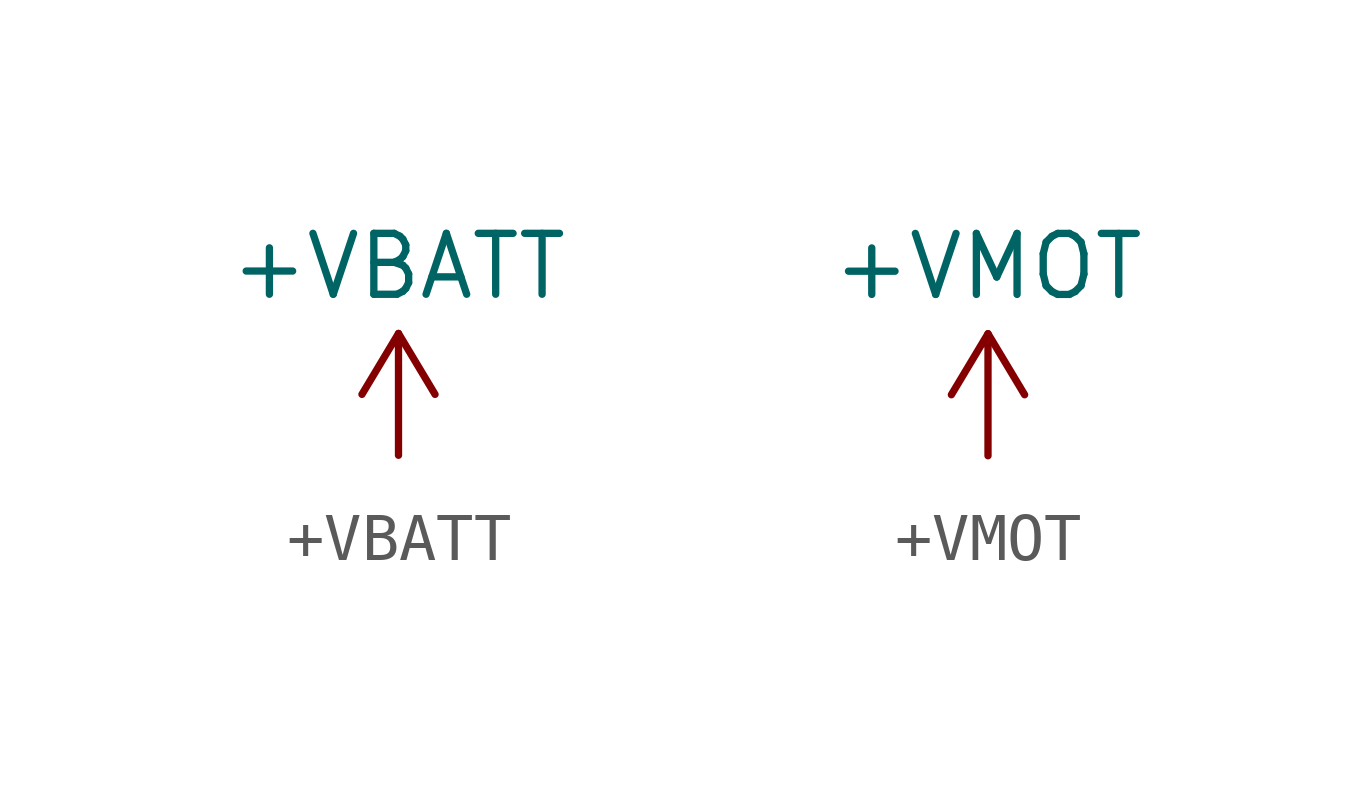
<source format=kicad_sym>
(kicad_symbol_lib
  (version 20220914)
  (generator kicad_symbol_editor)
  (symbol "+VBATT"
    (power)
    (property "Reference" "#PWR"
      (at 0 0 0)
      (effects (font (size 1.27 1.27)) hide))
    (property "Value" "+VBATT"
      (at 0 3.937 0)
      (effects (font (size 1.27 1.27))))
    (symbol "+VBATT_0_1"
      (polyline (pts (xy 0 2.54) (xy 0.762 1.27)) (stroke (width 0) (type default)) (fill (type none)))
      (polyline (pts (xy 0 0) (xy 0 2.54) (xy -0.762 1.27)) (stroke (width 0) (type default)) (fill (type none))))
    (symbol "+VBATT_1_1"
      (pin power_in line (at 0 0 90) (length 0) hide (name "+VMOT" (effects (font (size 1.27 1.27)))) (number "1" (effects (font (size 1.27 1.27)))))))
  (symbol "+VMOT"
    (power)
    (property "Reference" "#PWR"
      (at 0 0 0)
      (effects (font (size 1.27 1.27)) hide))
    (property "Value" "+VMOT"
      (at 0 3.937 0)
      (effects (font (size 1.27 1.27))))
    (symbol "+VMOT_0_1"
      (polyline (pts (xy 0 2.54) (xy 0.762 1.27)) (stroke (width 0) (type default)) (fill (type none)))
      (polyline (pts (xy 0 0) (xy 0 2.54) (xy -0.762 1.27)) (stroke (width 0) (type default)) (fill (type none))))
    (symbol "+VMOT_1_1"
      (pin power_in line (at 0 0 90) (length 0) hide (name "+VMOT" (effects (font (size 1.27 1.27)))) (number "1" (effects (font (size 1.27 1.27))))))))
</source>
